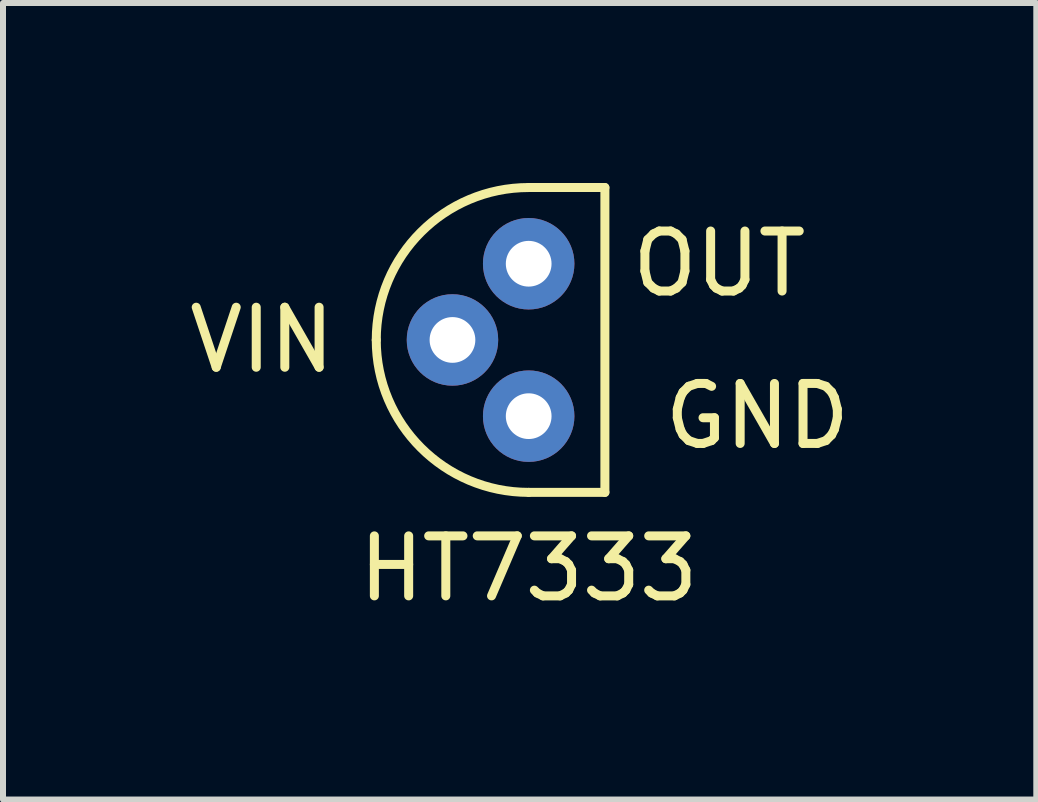
<source format=kicad_pcb>
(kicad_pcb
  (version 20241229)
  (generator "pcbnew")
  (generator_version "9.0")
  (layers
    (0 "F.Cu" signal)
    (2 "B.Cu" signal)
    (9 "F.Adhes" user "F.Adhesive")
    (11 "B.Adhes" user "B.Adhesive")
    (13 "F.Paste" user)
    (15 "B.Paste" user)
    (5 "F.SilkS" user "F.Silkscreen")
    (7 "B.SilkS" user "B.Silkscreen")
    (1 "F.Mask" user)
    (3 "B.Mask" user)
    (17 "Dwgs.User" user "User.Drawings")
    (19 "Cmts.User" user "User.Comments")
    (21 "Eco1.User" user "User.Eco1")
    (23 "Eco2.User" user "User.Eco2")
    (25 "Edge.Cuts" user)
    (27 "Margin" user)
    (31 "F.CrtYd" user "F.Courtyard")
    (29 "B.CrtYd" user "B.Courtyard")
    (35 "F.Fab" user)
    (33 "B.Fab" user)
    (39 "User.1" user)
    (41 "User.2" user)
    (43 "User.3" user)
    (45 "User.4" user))
  (footprint "HT7333"
    (layer "F.Cu")
    (at 5.76 6.425)
    (property "Reference" "HT7333" (at 0 0 0) (layer "F.SilkS") (effects (font (size 1 1) (thickness 0.15))))
    (attr through_hole)
    (fp_line (start 0 -6.35) (end 1.27 -6.35) (stroke (width 0.15) (type solid)) (layer "F.SilkS"))
    (fp_line (start 1.27 -6.35) (end 1.27 -1.27) (stroke (width 0.15) (type solid)) (layer "F.SilkS"))
    (fp_line (start 1.27 -1.27) (end 0 -1.27) (stroke (width 0.15) (type solid)) (layer "F.SilkS"))
    (fp_arc (start -2.54 -3.81) (mid -1.796051 -5.606051) (end 0 -6.35) (stroke (width 0.15) (type solid)) (layer "F.SilkS"))
    (fp_arc (start 0 -1.27) (mid -1.796051 -2.013949) (end -2.54 -3.81) (stroke (width 0.15) (type solid)) (layer "F.SilkS"))
    (fp_text user "GND" (at 3.81 -2.54 0) (layer "F.SilkS") (effects (font (size 1 1) (thickness 0.15))))
    (fp_text user "VIN" (at -4.445 -3.81 0) (layer "F.SilkS") (effects (font (size 1 1) (thickness 0.15))))
    (fp_text user "OUT" (at 3.175 -5.08 0) (layer "F.SilkS") (effects (font (size 1 1) (thickness 0.15))))
    (pad "1" thru_hole circle (at 0 -2.54) (size 1.524 1.524) (drill 0.762) (layers "*.Cu" "*.Mask"))
    (pad "2" thru_hole circle (at -1.27 -3.81) (size 1.524 1.524) (drill 0.762) (layers "*.Cu" "*.Mask"))
    (pad "3" thru_hole circle (at 0 -5.08) (size 1.524 1.524) (drill 0.762) (layers "*.Cu" "*.Mask")))
  (gr_rect
    (start -3 -3)
    (end 14.219 10.273)
    (stroke (width 0.1) (type default))
    (fill no)
    (layer "Edge.Cuts")))
</source>
